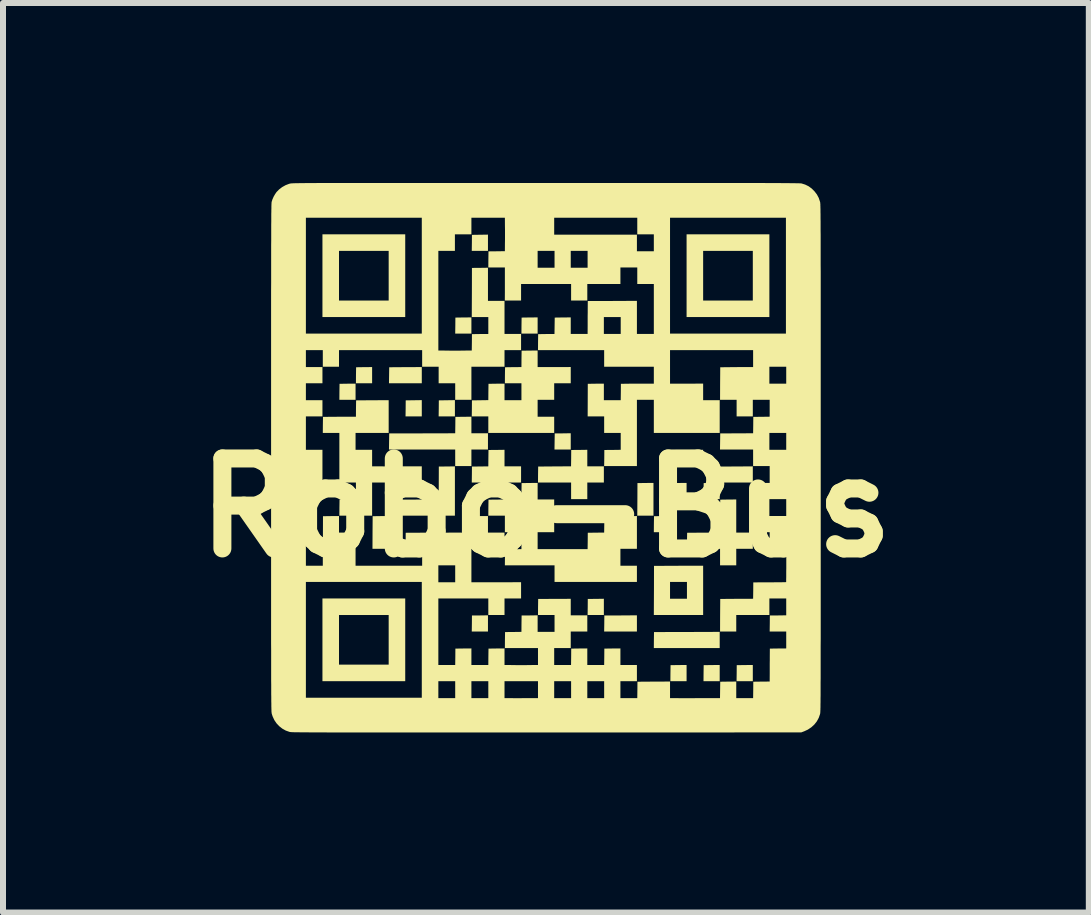
<source format=kicad_pcb>
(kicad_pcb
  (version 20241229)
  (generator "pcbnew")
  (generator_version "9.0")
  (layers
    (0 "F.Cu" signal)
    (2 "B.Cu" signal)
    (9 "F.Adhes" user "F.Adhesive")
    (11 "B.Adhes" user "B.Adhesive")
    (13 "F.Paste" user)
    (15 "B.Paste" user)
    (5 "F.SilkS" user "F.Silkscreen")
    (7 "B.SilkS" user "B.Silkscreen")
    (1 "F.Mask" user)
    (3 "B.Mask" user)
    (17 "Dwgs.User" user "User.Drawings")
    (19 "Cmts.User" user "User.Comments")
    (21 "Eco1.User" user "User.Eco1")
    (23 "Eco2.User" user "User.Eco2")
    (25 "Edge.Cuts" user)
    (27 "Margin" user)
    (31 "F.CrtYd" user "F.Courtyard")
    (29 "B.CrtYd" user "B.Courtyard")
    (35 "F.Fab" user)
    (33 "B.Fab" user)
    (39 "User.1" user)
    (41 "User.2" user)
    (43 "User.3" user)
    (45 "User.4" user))
  (footprint "Robo-Bus"
    (layer "F.Cu")
    (at 6.05 5.414)
    (property "Reference" "Robo-Bus" (at 0 0 0) (layer "F.SilkS") (effects (font (size 1.5 1.5) (thickness 0.3))))
    (attr board_only exclude_from_pos_files exclude_from_bom)
    (fp_poly (pts (xy -3.173 -1.934) (xy -3.173 -1.799) (xy -3.308 -1.799) (xy -3.443 -1.799) (xy -3.442 -1.933) (xy -3.44 -2.066) (xy -3.306 -2.068) (xy -3.173 -2.069)) (stroke (width 0) (type solid)) (fill yes) (layer "F.SilkS"))
    (fp_poly (pts (xy -2.897 -2.21) (xy -2.897 -2.075) (xy -3.032 -2.075) (xy -3.167 -2.075) (xy -3.166 -2.209) (xy -3.164 -2.342) (xy -3.031 -2.344) (xy -2.897 -2.345)) (stroke (width 0) (type solid)) (fill yes) (layer "F.SilkS"))
    (fp_poly (pts (xy -2.621 0.411) (xy -2.621 0.684) (xy -2.756 0.684) (xy -2.891 0.684) (xy -2.89 0.412) (xy -2.888 0.141) (xy -2.755 0.139) (xy -2.621 0.138)) (stroke (width 0) (type solid)) (fill yes) (layer "F.SilkS"))
    (fp_poly (pts (xy -2.069 -2.21) (xy -2.069 -2.075) (xy -2.342 -2.075) (xy -2.616 -2.075) (xy -2.614 -2.209) (xy -2.612 -2.342) (xy -2.341 -2.344) (xy -2.069 -2.345)) (stroke (width 0) (type solid)) (fill yes) (layer "F.SilkS"))
    (fp_poly (pts (xy -2.069 -1.658) (xy -2.069 -1.523) (xy -2.204 -1.523) (xy -2.34 -1.523) (xy -2.338 -1.657) (xy -2.337 -1.79) (xy -2.203 -1.792) (xy -2.069 -1.794)) (stroke (width 0) (type solid)) (fill yes) (layer "F.SilkS"))
    (fp_poly (pts (xy -1.517 -1.658) (xy -1.517 -1.523) (xy -1.653 -1.523) (xy -1.788 -1.523) (xy -1.786 -1.657) (xy -1.785 -1.79) (xy -1.651 -1.792) (xy -1.517 -1.794)) (stroke (width 0) (type solid)) (fill yes) (layer "F.SilkS"))
    (fp_poly (pts (xy -1.242 -3.038) (xy -1.242 -2.903) (xy -1.377 -2.903) (xy -1.512 -2.903) (xy -1.51 -3.036) (xy -1.509 -3.17) (xy -1.375 -3.172) (xy -1.242 -3.173)) (stroke (width 0) (type solid)) (fill yes) (layer "F.SilkS"))
    (fp_poly (pts (xy -0.966 -4.417) (xy -0.966 -4.282) (xy -1.101 -4.282) (xy -1.236 -4.282) (xy -1.234 -4.416) (xy -1.233 -4.549) (xy -1.099 -4.551) (xy -0.966 -4.553)) (stroke (width 0) (type solid)) (fill yes) (layer "F.SilkS"))
    (fp_poly (pts (xy -0.966 1.928) (xy -0.966 2.063) (xy -1.101 2.063) (xy -1.236 2.063) (xy -1.234 1.93) (xy -1.233 1.796) (xy -1.099 1.795) (xy -0.966 1.793)) (stroke (width 0) (type solid)) (fill yes) (layer "F.SilkS"))
    (fp_poly (pts (xy -0.138 -3.038) (xy -0.138 -2.903) (xy -0.273 -2.903) (xy -0.408 -2.903) (xy -0.407 -3.036) (xy -0.405 -3.17) (xy -0.272 -3.172) (xy -0.138 -3.173)) (stroke (width 0) (type solid)) (fill yes) (layer "F.SilkS"))
    (fp_poly (pts (xy 0.414 -1.107) (xy 0.414 -0.971) (xy 0.279 -0.971) (xy 0.143 -0.971) (xy 0.145 -1.105) (xy 0.147 -1.239) (xy 0.28 -1.24) (xy 0.414 -1.242)) (stroke (width 0) (type solid)) (fill yes) (layer "F.SilkS"))
    (fp_poly (pts (xy 0.966 1.652) (xy 0.966 1.788) (xy 0.83 1.788) (xy 0.695 1.788) (xy 0.697 1.654) (xy 0.698 1.52) (xy 0.832 1.519) (xy 0.966 1.517)) (stroke (width 0) (type solid)) (fill yes) (layer "F.SilkS"))
    (fp_poly (pts (xy 1.517 1.928) (xy 1.517 2.063) (xy 1.244 2.063) (xy 0.971 2.063) (xy 0.973 1.93) (xy 0.974 1.796) (xy 1.246 1.795) (xy 1.517 1.793)) (stroke (width 0) (type solid)) (fill yes) (layer "F.SilkS"))
    (fp_poly (pts (xy 1.793 -0.141) (xy 1.793 0.132) (xy 1.658 0.132) (xy 1.523 0.132) (xy 1.525 -0.139) (xy 1.526 -0.411) (xy 1.66 -0.413) (xy 1.793 -0.414)) (stroke (width 0) (type solid)) (fill yes) (layer "F.SilkS"))
    (fp_poly (pts (xy 2.069 0.273) (xy 2.069 0.408) (xy 1.934 0.408) (xy 1.799 0.408) (xy 1.8 0.274) (xy 1.802 0.141) (xy 1.936 0.139) (xy 2.069 0.138)) (stroke (width 0) (type solid)) (fill yes) (layer "F.SilkS"))
    (fp_poly (pts (xy 2.345 -0.279) (xy 2.345 -0.144) (xy 2.21 -0.144) (xy 2.075 -0.144) (xy 2.076 -0.277) (xy 2.078 -0.411) (xy 2.212 -0.413) (xy 2.345 -0.414)) (stroke (width 0) (type solid)) (fill yes) (layer "F.SilkS"))
    (fp_poly (pts (xy 2.345 2.756) (xy 2.345 2.891) (xy 2.21 2.891) (xy 2.075 2.891) (xy 2.076 2.758) (xy 2.078 2.624) (xy 2.212 2.622) (xy 2.345 2.621)) (stroke (width 0) (type solid)) (fill yes) (layer "F.SilkS"))
    (fp_poly (pts (xy 2.621 -0.831) (xy 2.621 -0.695) (xy 2.348 -0.695) (xy 2.075 -0.695) (xy 2.076 -0.829) (xy 2.078 -0.963) (xy 2.349 -0.964) (xy 2.621 -0.966)) (stroke (width 0) (type solid)) (fill yes) (layer "F.SilkS"))
    (fp_poly (pts (xy 2.897 -0.279) (xy 2.897 -0.144) (xy 2.762 -0.144) (xy 2.627 -0.144) (xy 2.628 -0.277) (xy 2.63 -0.411) (xy 2.763 -0.413) (xy 2.897 -0.414)) (stroke (width 0) (type solid)) (fill yes) (layer "F.SilkS"))
    (fp_poly (pts (xy 2.897 2.204) (xy 2.897 2.339) (xy 2.348 2.339) (xy 1.799 2.339) (xy 1.8 2.206) (xy 1.802 2.072) (xy 2.349 2.071) (xy 2.897 2.069)) (stroke (width 0) (type solid)) (fill yes) (layer "F.SilkS"))
    (fp_poly (pts (xy 2.897 2.756) (xy 2.897 2.891) (xy 2.762 2.891) (xy 2.627 2.891) (xy 2.628 2.758) (xy 2.63 2.624) (xy 2.763 2.622) (xy 2.897 2.621)) (stroke (width 0) (type solid)) (fill yes) (layer "F.SilkS"))
    (fp_poly (pts (xy 3.449 -0.555) (xy 3.449 -0.42) (xy 3.176 -0.42) (xy 2.902 -0.42) (xy 2.904 -0.553) (xy 2.906 -0.687) (xy 3.177 -0.688) (xy 3.449 -0.69)) (stroke (width 0) (type solid)) (fill yes) (layer "F.SilkS"))
    (fp_poly (pts (xy 3.449 2.756) (xy 3.449 2.891) (xy 3.314 2.891) (xy 3.178 2.891) (xy 3.18 2.758) (xy 3.181 2.624) (xy 3.315 2.622) (xy 3.449 2.621)) (stroke (width 0) (type solid)) (fill yes) (layer "F.SilkS"))
    (fp_poly (pts (xy -0.69 -0.828) (xy -0.69 -0.69) (xy -0.552 -0.69) (xy -0.414 -0.69) (xy -0.414 -0.555) (xy -0.414 -0.42) (xy -0.825 -0.42) (xy -1.236 -0.42) (xy -1.234 -0.553) (xy -1.233 -0.687) (xy -1.097 -0.688) (xy -0.96 -0.69) (xy -0.959 -0.826) (xy -0.957 -0.963) (xy -0.823 -0.964) (xy -0.69 -0.966)) (stroke (width 0) (type solid)) (fill yes) (layer "F.SilkS"))
    (fp_poly (pts (xy -2.345 -3.868) (xy -2.345 -3.179) (xy -3.035 -3.179) (xy -3.725 -3.179) (xy -3.725 -3.868) (xy -3.449 -3.868) (xy -3.449 -3.454) (xy -3.035 -3.454) (xy -2.621 -3.454) (xy -2.621 -3.868) (xy -2.621 -4.282) (xy -3.035 -4.282) (xy -3.449 -4.282) (xy -3.449 -3.868) (xy -3.725 -3.868) (xy -3.725 -4.558) (xy -3.035 -4.558) (xy -2.345 -4.558)) (stroke (width 0) (type solid)) (fill yes) (layer "F.SilkS"))
    (fp_poly (pts (xy -2.345 2.201) (xy -2.345 2.891) (xy -3.035 2.891) (xy -3.725 2.891) (xy -3.725 2.201) (xy -3.449 2.201) (xy -3.449 2.615) (xy -3.035 2.615) (xy -2.621 2.615) (xy -2.621 2.201) (xy -2.621 1.788) (xy -3.035 1.788) (xy -3.449 1.788) (xy -3.449 2.201) (xy -3.725 2.201) (xy -3.725 1.512) (xy -3.035 1.512) (xy -2.345 1.512)) (stroke (width 0) (type solid)) (fill yes) (layer "F.SilkS"))
    (fp_poly (pts (xy 3.725 -3.868) (xy 3.725 -3.179) (xy 3.035 -3.179) (xy 2.345 -3.179) (xy 2.345 -3.868) (xy 2.621 -3.868) (xy 2.621 -3.454) (xy 3.035 -3.454) (xy 3.449 -3.454) (xy 3.449 -3.868) (xy 3.449 -4.282) (xy 3.035 -4.282) (xy 2.621 -4.282) (xy 2.621 -3.868) (xy 2.345 -3.868) (xy 2.345 -4.558) (xy 3.035 -4.558) (xy 3.725 -4.558)) (stroke (width 0) (type solid)) (fill yes) (layer "F.SilkS"))
    (fp_poly (pts (xy 2.621 1.377) (xy 2.621 1.788) (xy 2.21 1.788) (xy 1.799 1.788) (xy 1.801 1.378) (xy 1.801 1.377) (xy 2.069 1.377) (xy 2.069 1.517) (xy 2.21 1.517) (xy 2.351 1.517) (xy 2.351 1.377) (xy 2.351 1.236) (xy 2.21 1.236) (xy 2.069 1.236) (xy 2.069 1.377) (xy 1.801 1.377) (xy 1.802 0.969) (xy 2.212 0.967) (xy 2.621 0.966)) (stroke (width 0) (type solid)) (fill yes) (layer "F.SilkS"))
    (fp_poly (pts (xy -1.517 -0.279) (xy -1.517 0.132) (xy -2.066 0.132) (xy -2.616 0.132) (xy -2.614 -0.001) (xy -2.612 -0.135) (xy -2.202 -0.136) (xy -2.134 -0.137) (xy -2.07 -0.137) (xy -2.01 -0.137) (xy -1.956 -0.138) (xy -1.907 -0.138) (xy -1.866 -0.138) (xy -1.833 -0.139) (xy -1.808 -0.139) (xy -1.794 -0.14) (xy -1.79 -0.14) (xy -1.789 -0.146) (xy -1.789 -0.162) (xy -1.788 -0.188) (xy -1.788 -0.221) (xy -1.787 -0.262) (xy -1.787 -0.309) (xy -1.786 -0.36) (xy -1.786 -0.414) (xy -1.785 -0.687) (xy -1.651 -0.688) (xy -1.517 -0.69)) (stroke (width 0) (type solid)) (fill yes) (layer "F.SilkS"))
    (fp_poly (pts (xy 0.69 -0.828) (xy 0.69 -0.69) (xy 0.828 -0.69) (xy 0.966 -0.69) (xy 0.966 -0.555) (xy 0.966 -0.42) (xy 0.828 -0.42) (xy 0.69 -0.42) (xy 0.69 -0.282) (xy 0.69 -0.144) (xy 0.555 -0.144) (xy 0.42 -0.144) (xy 0.42 -0.282) (xy 0.42 -0.42) (xy 0.144 -0.42) (xy -0.132 -0.42) (xy -0.131 -0.553) (xy -0.129 -0.687) (xy 0.009 -0.688) (xy 0.059 -0.688) (xy 0.116 -0.689) (xy 0.175 -0.689) (xy 0.232 -0.689) (xy 0.282 -0.69) (xy 0.283 -0.69) (xy 0.419 -0.69) (xy 0.421 -0.826) (xy 0.422 -0.963) (xy 0.556 -0.964) (xy 0.69 -0.966)) (stroke (width 0) (type solid)) (fill yes) (layer "F.SilkS"))
    (fp_poly (pts (xy -1.242 -1.38) (xy -1.242 -1.242) (xy -1.104 -1.242) (xy -0.966 -1.242) (xy -0.966 -1.106) (xy -0.966 -0.971) (xy -1.104 -0.971) (xy -1.242 -0.971) (xy -1.242 -0.833) (xy -1.242 -0.695) (xy -1.377 -0.695) (xy -1.512 -0.695) (xy -1.512 -0.833) (xy -1.512 -0.971) (xy -2.064 -0.971) (xy -2.616 -0.971) (xy -2.614 -1.105) (xy -2.612 -1.239) (xy -2.199 -1.24) (xy -2.126 -1.24) (xy -2.054 -1.24) (xy -1.983 -1.241) (xy -1.915 -1.241) (xy -1.85 -1.241) (xy -1.792 -1.241) (xy -1.74 -1.241) (xy -1.696 -1.241) (xy -1.661 -1.241) (xy -1.648 -1.241) (xy -1.512 -1.242) (xy -1.51 -1.378) (xy -1.509 -1.515) (xy -1.375 -1.516) (xy -1.242 -1.518)) (stroke (width 0) (type solid)) (fill yes) (layer "F.SilkS"))
    (fp_poly (pts (xy 3.173 0.138) (xy 3.173 0.414) (xy 3.311 0.414) (xy 3.449 0.414) (xy 3.449 0.549) (xy 3.449 0.684) (xy 3.311 0.684) (xy 3.173 0.684) (xy 3.173 0.822) (xy 3.173 0.96) (xy 3.038 0.96) (xy 2.903 0.96) (xy 2.903 0.822) (xy 2.903 0.684) (xy 2.627 0.684) (xy 2.351 0.684) (xy 2.352 0.55) (xy 2.354 0.417) (xy 2.626 0.415) (xy 2.681 0.415) (xy 2.732 0.415) (xy 2.779 0.414) (xy 2.819 0.414) (xy 2.853 0.413) (xy 2.879 0.413) (xy 2.895 0.412) (xy 2.901 0.412) (xy 2.901 0.406) (xy 2.902 0.39) (xy 2.902 0.364) (xy 2.903 0.33) (xy 2.903 0.29) (xy 2.903 0.243) (xy 2.904 0.192) (xy 2.904 0.137) (xy 2.906 -0.135) (xy 3.039 -0.137) (xy 3.173 -0.138)) (stroke (width 0) (type solid)) (fill yes) (layer "F.SilkS"))
    (fp_poly (pts (xy -0.138 -2.483) (xy -0.138 -2.345) (xy 0.001 -2.345) (xy 0.052 -2.345) (xy 0.109 -2.345) (xy 0.168 -2.345) (xy 0.225 -2.345) (xy 0.275 -2.345) (xy 0.277 -2.345) (xy 0.414 -2.346) (xy 0.414 -2.21) (xy 0.414 -2.075) (xy 0.276 -2.075) (xy 0.138 -2.075) (xy 0.138 -1.937) (xy 0.138 -1.799) (xy -0.000001 -1.799) (xy -0.138 -1.799) (xy -0.138 -1.658) (xy -0.138 -1.517) (xy -0.000001 -1.517) (xy 0.138 -1.517) (xy 0.138 -1.382) (xy 0.138 -1.247) (xy -0.411 -1.247) (xy -0.96 -1.247) (xy -0.96 -1.385) (xy -0.96 -1.523) (xy -1.098 -1.523) (xy -1.236 -1.523) (xy -1.234 -1.657) (xy -1.233 -1.79) (xy -1.097 -1.792) (xy -0.96 -1.794) (xy -0.959 -1.93) (xy -0.957 -2.066) (xy -0.823 -2.068) (xy -0.69 -2.069) (xy -0.69 -1.931) (xy -0.69 -1.793) (xy -0.549 -1.793) (xy -0.408 -1.793) (xy -0.408 -1.934) (xy -0.408 -2.075) (xy -0.546 -2.075) (xy -0.684 -2.075) (xy -0.683 -2.209) (xy -0.681 -2.342) (xy -0.545 -2.344) (xy -0.408 -2.345) (xy -0.407 -2.482) (xy -0.405 -2.618) (xy -0.272 -2.62) (xy -0.138 -2.621)) (stroke (width 0) (type solid)) (fill yes) (layer "F.SilkS"))
    (fp_poly (pts (xy -2.621 -1.52) (xy -2.621 -1.247) (xy -2.897 -1.247) (xy -3.173 -1.247) (xy -3.173 -1.106) (xy -3.173 -0.966) (xy -3.035 -0.966) (xy -2.897 -0.966) (xy -2.897 -0.828) (xy -2.897 -0.69) (xy -2.758 -0.69) (xy -2.722 -0.69) (xy -2.676 -0.689) (xy -2.624 -0.689) (xy -2.565 -0.689) (xy -2.504 -0.69) (xy -2.441 -0.69) (xy -2.378 -0.69) (xy -2.344 -0.69) (xy -2.069 -0.69) (xy -2.069 -0.555) (xy -2.069 -0.42) (xy -2.483 -0.42) (xy -2.897 -0.42) (xy -2.897 -0.144) (xy -2.897 0.132) (xy -3.17 0.132) (xy -3.443 0.132) (xy -3.442 -0.001) (xy -3.44 -0.135) (xy -3.304 -0.137) (xy -3.167 -0.138) (xy -3.167 -0.279) (xy -3.167 -0.42) (xy -3.305 -0.42) (xy -3.443 -0.42) (xy -3.443 -0.694) (xy -3.443 -0.755) (xy -3.443 -0.819) (xy -3.443 -0.881) (xy -3.443 -0.942) (xy -3.443 -0.998) (xy -3.443 -1.048) (xy -3.443 -1.089) (xy -3.443 -1.108) (xy -3.443 -1.247) (xy -3.581 -1.247) (xy -3.719 -1.247) (xy -3.718 -1.381) (xy -3.716 -1.515) (xy -3.578 -1.516) (xy -3.528 -1.516) (xy -3.471 -1.517) (xy -3.412 -1.517) (xy -3.355 -1.517) (xy -3.305 -1.517) (xy -3.304 -1.517) (xy -3.167 -1.517) (xy -3.166 -1.654) (xy -3.164 -1.79) (xy -2.893 -1.792) (xy -2.621 -1.793)) (stroke (width 0) (type solid)) (fill yes) (layer "F.SilkS"))
    (fp_poly (pts (xy -0.138 -0.276) (xy -0.138 -0.138) (xy -0.000001 -0.138) (xy 0.138 -0.138) (xy 0.138 0.135) (xy 0.138 0.408) (xy -0.000001 0.408) (xy -0.138 0.408) (xy -0.138 0.549) (xy -0.138 0.69) (xy -0.000001 0.69) (xy 0.049 0.69) (xy 0.106 0.69) (xy 0.165 0.69) (xy 0.223 0.69) (xy 0.274 0.69) (xy 0.282 0.69) (xy 0.332 0.69) (xy 0.389 0.69) (xy 0.447 0.69) (xy 0.503 0.69) (xy 0.553 0.69) (xy 0.56 0.69) (xy 0.695 0.69) (xy 0.697 0.553) (xy 0.698 0.417) (xy 0.835 0.415) (xy 0.971 0.414) (xy 0.973 0.277) (xy 0.974 0.141) (xy 1.246 0.139) (xy 1.517 0.138) (xy 1.517 0.411) (xy 1.517 0.684) (xy 1.379 0.684) (xy 1.242 0.684) (xy 1.242 0.825) (xy 1.242 0.966) (xy 1.379 0.966) (xy 1.517 0.966) (xy 1.517 1.101) (xy 1.517 1.236) (xy 0.831 1.236) (xy 0.144 1.236) (xy 0.144 1.098) (xy 0.144 0.96) (xy -0.27 0.96) (xy -0.684 0.96) (xy -0.683 0.826) (xy -0.681 0.693) (xy -0.545 0.691) (xy -0.408 0.69) (xy -0.408 0.549) (xy -0.408 0.408) (xy -0.546 0.408) (xy -0.684 0.408) (xy -0.684 0.27) (xy -0.684 0.132) (xy -0.822 0.132) (xy -0.96 0.132) (xy -0.959 -0.001) (xy -0.957 -0.135) (xy -0.819 -0.136) (xy -0.769 -0.137) (xy -0.712 -0.137) (xy -0.653 -0.137) (xy -0.596 -0.138) (xy -0.546 -0.138) (xy -0.545 -0.138) (xy -0.408 -0.138) (xy -0.407 -0.274) (xy -0.405 -0.411) (xy -0.272 -0.413) (xy -0.138 -0.414)) (stroke (width 0) (type solid)) (fill yes) (layer "F.SilkS"))
    (fp_poly (pts (xy -0.593 -5.414) (xy -0.343 -5.414) (xy -0.082 -5.414) (xy -0.001 -5.414) (xy 0.267 -5.414) (xy 0.523 -5.414) (xy 0.768 -5.414) (xy 1.002 -5.414) (xy 1.226 -5.414) (xy 1.44 -5.414) (xy 1.643 -5.414) (xy 1.837 -5.414) (xy 2.021 -5.414) (xy 2.195 -5.414) (xy 2.361 -5.414) (xy 2.518 -5.414) (xy 2.665 -5.414) (xy 2.805 -5.414) (xy 2.936 -5.414) (xy 3.06 -5.414) (xy 3.176 -5.413) (xy 3.284 -5.413) (xy 3.385 -5.413) (xy 3.479 -5.413) (xy 3.567 -5.413) (xy 3.647 -5.413) (xy 3.722 -5.412) (xy 3.79 -5.412) (xy 3.853 -5.412) (xy 3.91 -5.412) (xy 3.962 -5.411) (xy 4.009 -5.411) (xy 4.051 -5.411) (xy 4.088 -5.41) (xy 4.121 -5.41) (xy 4.15 -5.41) (xy 4.175 -5.409) (xy 4.196 -5.409) (xy 4.214 -5.409) (xy 4.229 -5.408) (xy 4.24 -5.408) (xy 4.249 -5.407) (xy 4.256 -5.407) (xy 4.26 -5.406) (xy 4.261 -5.406) (xy 4.322 -5.387) (xy 4.379 -5.359) (xy 4.431 -5.321) (xy 4.477 -5.275) (xy 4.517 -5.223) (xy 4.548 -5.165) (xy 4.569 -5.102) (xy 4.57 -5.101) (xy 4.57 -5.098) (xy 4.571 -5.095) (xy 4.572 -5.092) (xy 4.572 -5.088) (xy 4.573 -5.083) (xy 4.573 -5.076) (xy 4.574 -5.069) (xy 4.575 -5.059) (xy 4.575 -5.048) (xy 4.575 -5.035) (xy 4.576 -5.019) (xy 4.576 -5.001) (xy 4.577 -4.979) (xy 4.577 -4.955) (xy 4.577 -4.927) (xy 4.578 -4.895) (xy 4.578 -4.86) (xy 4.578 -4.82) (xy 4.579 -4.776) (xy 4.579 -4.728) (xy 4.579 -4.674) (xy 4.579 -4.616) (xy 4.58 -4.552) (xy 4.58 -4.482) (xy 4.58 -4.407) (xy 4.58 -4.325) (xy 4.58 -4.237) (xy 4.58 -4.143) (xy 4.58 -4.042) (xy 4.581 -3.933) (xy 4.581 -3.817) (xy 4.581 -3.694) (xy 4.581 -3.562) (xy 4.581 -3.423) (xy 4.581 -3.275) (xy 4.581 -3.119) (xy 4.581 -2.954) (xy 4.581 -2.78) (xy 4.581 -2.596) (xy 4.581 -2.403) (xy 4.581 -2.2) (xy 4.581 -1.987) (xy 4.581 -1.764) (xy 4.581 -1.53) (xy 4.581 -1.285) (xy 4.581 -1.029) (xy 4.581 -0.831) (xy 4.581 -0.566) (xy 4.581 -0.313) (xy 4.581 -0.071) (xy 4.581 0.16) (xy 4.581 0.381) (xy 4.581 0.591) (xy 4.581 0.792) (xy 4.581 0.983) (xy 4.581 1.164) (xy 4.581 1.336) (xy 4.581 1.499) (xy 4.581 1.653) (xy 4.581 1.799) (xy 4.581 1.936) (xy 4.581 2.065) (xy 4.581 2.187) (xy 4.58 2.301) (xy 4.58 2.407) (xy 4.58 2.507) (xy 4.58 2.6) (xy 4.58 2.686) (xy 4.58 2.766) (xy 4.58 2.84) (xy 4.579 2.908) (xy 4.579 2.971) (xy 4.579 3.028) (xy 4.579 3.08) (xy 4.579 3.128) (xy 4.578 3.171) (xy 4.578 3.209) (xy 4.578 3.243) (xy 4.577 3.274) (xy 4.577 3.301) (xy 4.577 3.325) (xy 4.576 3.345) (xy 4.576 3.363) (xy 4.575 3.378) (xy 4.575 3.391) (xy 4.574 3.401) (xy 4.574 3.41) (xy 4.573 3.417) (xy 4.573 3.423) (xy 4.572 3.428) (xy 4.571 3.432) (xy 4.571 3.435) (xy 4.57 3.438) (xy 4.57 3.439) (xy 4.548 3.502) (xy 4.516 3.561) (xy 4.475 3.613) (xy 4.425 3.659) (xy 4.367 3.698) (xy 4.302 3.728) (xy 4.298 3.729) (xy 4.256 3.745) (xy 0.011 3.746) (xy -0.253 3.746) (xy -0.507 3.746) (xy -0.75 3.746) (xy -0.982 3.746) (xy -1.203 3.746) (xy -1.414 3.746) (xy -1.615 3.746) (xy -1.807 3.746) (xy -1.989 3.746) (xy -2.161 3.746) (xy -2.325 3.746) (xy -2.479 3.746) (xy -2.626 3.746) (xy -2.763 3.746) (xy -2.893 3.746) (xy -3.015 3.746) (xy -3.13 3.746) (xy -3.237 3.746) (xy -3.337 3.746) (xy -3.431 3.746) (xy -3.517 3.746) (xy -3.598 3.746) (xy -3.672 3.745) (xy -3.741 3.745) (xy -3.804 3.745) (xy -3.862 3.745) (xy -3.914 3.745) (xy -3.962 3.744) (xy -4.005 3.744) (xy -4.044 3.744) (xy -4.079 3.744) (xy -4.109 3.743) (xy -4.137 3.743) (xy -4.161 3.743) (xy -4.181 3.742) (xy -4.199 3.742) (xy -4.214 3.741) (xy -4.227 3.741) (xy -4.238 3.74) (xy -4.247 3.74) (xy -4.254 3.739) (xy -4.26 3.739) (xy -4.265 3.738) (xy -4.269 3.737) (xy -4.272 3.737) (xy -4.275 3.736) (xy -4.275 3.736) (xy -4.337 3.714) (xy -4.394 3.682) (xy -4.446 3.641) (xy -4.491 3.593) (xy -4.528 3.538) (xy -4.556 3.477) (xy -4.57 3.434) (xy -4.57 3.431) (xy -4.571 3.428) (xy -4.572 3.425) (xy -4.572 3.421) (xy -4.573 3.416) (xy -4.573 3.409) (xy -4.574 3.402) (xy -4.575 3.392) (xy -4.575 3.381) (xy -4.575 3.368) (xy -4.576 3.352) (xy -4.576 3.334) (xy -4.577 3.312) (xy -4.577 3.288) (xy -4.577 3.26) (xy -4.578 3.228) (xy -4.578 3.193) (xy -4.578 3.153) (xy -4.579 3.109) (xy -4.579 3.061) (xy -4.579 3.007) (xy -4.579 2.949) (xy -4.58 2.885) (xy -4.58 2.815) (xy -4.58 2.74) (xy -4.58 2.658) (xy -4.58 2.57) (xy -4.58 2.476) (xy -4.58 2.375) (xy -4.581 2.266) (xy -4.581 2.201) (xy -4.001 2.201) (xy -4.001 3.167) (xy -3.035 3.167) (xy -2.069 3.167) (xy -2.069 3.032) (xy -1.793 3.032) (xy -1.793 3.173) (xy -1.653 3.173) (xy -1.512 3.173) (xy -1.512 3.032) (xy -1.242 3.032) (xy -1.242 3.173) (xy -1.101 3.173) (xy -0.96 3.173) (xy -0.96 3.032) (xy -0.96 3.032) (xy -0.69 3.032) (xy -0.69 3.173) (xy -0.55 3.174) (xy -0.511 3.175) (xy -0.476 3.175) (xy -0.445 3.175) (xy -0.422 3.175) (xy -0.407 3.175) (xy -0.403 3.174) (xy -0.396 3.174) (xy -0.378 3.174) (xy -0.353 3.173) (xy -0.321 3.173) (xy -0.284 3.173) (xy -0.264 3.173) (xy -0.132 3.173) (xy -0.132 3.032) (xy 0.138 3.032) (xy 0.138 3.173) (xy 0.279 3.173) (xy 0.42 3.173) (xy 0.42 3.032) (xy 0.69 3.032) (xy 0.69 3.173) (xy 0.831 3.173) (xy 0.971 3.173) (xy 0.971 3.032) (xy 0.971 2.891) (xy 0.831 2.891) (xy 0.69 2.891) (xy 0.69 3.032) (xy 0.42 3.032) (xy 0.42 2.891) (xy 0.279 2.891) (xy 0.138 2.891) (xy 0.138 3.032) (xy -0.132 3.032) (xy -0.132 2.891) (xy -0.411 2.891) (xy -0.69 2.891) (xy -0.69 3.032) (xy -0.96 3.032) (xy -0.96 2.891) (xy -1.101 2.891) (xy -1.242 2.891) (xy -1.242 3.032) (xy -1.512 3.032) (xy -1.512 2.891) (xy -1.653 2.891) (xy -1.793 2.891) (xy -1.793 3.032) (xy -2.069 3.032) (xy -2.069 2.201) (xy -2.069 1.236) (xy -3.035 1.236) (xy -4.001 1.236) (xy -4.001 2.201) (xy -4.581 2.201) (xy -4.581 2.15) (xy -4.581 2.027) (xy -4.581 1.895) (xy -4.581 1.756) (xy -4.581 1.608) (xy -4.581 1.452) (xy -4.581 1.287) (xy -4.581 1.113) (xy -4.581 1.101) (xy -1.793 1.101) (xy -1.793 1.242) (xy -1.653 1.242) (xy -1.512 1.242) (xy -1.512 1.101) (xy -1.512 0.96) (xy -1.653 0.96) (xy -1.793 0.96) (xy -1.793 1.101) (xy -4.581 1.101) (xy -4.581 0.929) (xy -4.581 0.736) (xy -4.581 0.533) (xy -4.581 0.32) (xy -4.581 0.096) (xy -4.581 -0.138) (xy -4.581 -0.382) (xy -4.581 -0.638) (xy -4.581 -0.835) (xy -4.581 -1.101) (xy -4.581 -1.355) (xy -4.581 -1.599) (xy -4.581 -1.831) (xy -4.581 -2.054) (xy -4.581 -2.265) (xy -4.581 -2.467) (xy -4.581 -2.627) (xy -4.001 -2.627) (xy -4.001 -2.486) (xy -4.001 -2.345) (xy -3.863 -2.345) (xy -3.725 -2.345) (xy -3.725 -2.21) (xy -3.725 -2.075) (xy -3.863 -2.075) (xy -4.001 -2.075) (xy -4.001 -1.934) (xy -4.001 -1.793) (xy -3.863 -1.793) (xy -3.725 -1.793) (xy -3.725 -1.658) (xy -3.725 -1.523) (xy -3.863 -1.523) (xy -4.001 -1.523) (xy -4.001 -1.244) (xy -4.001 -0.966) (xy -3.863 -0.966) (xy -3.725 -0.966) (xy -3.725 -0.555) (xy -3.725 -0.144) (xy -3.863 -0.144) (xy -4.001 -0.144) (xy -4.001 0.411) (xy -4.001 0.966) (xy -3.86 0.966) (xy -3.719 0.966) (xy -3.719 0.829) (xy -3.719 0.794) (xy -3.719 0.749) (xy -3.718 0.697) (xy -3.718 0.64) (xy -3.718 0.578) (xy -3.718 0.515) (xy -3.717 0.453) (xy -3.717 0.417) (xy -3.716 0.141) (xy -3.582 0.139) (xy -3.449 0.138) (xy -3.449 0.276) (xy -3.449 0.414) (xy -3.311 0.414) (xy -3.173 0.414) (xy -3.173 0.69) (xy -3.173 0.966) (xy -3.035 0.966) (xy -3 0.966) (xy -2.955 0.966) (xy -2.903 0.966) (xy -2.845 0.966) (xy -2.784 0.966) (xy -2.72 0.966) (xy -2.657 0.966) (xy -2.615 0.966) (xy -2.554 0.966) (xy -2.49 0.966) (xy -2.428 0.966) (xy -2.368 0.966) (xy -2.312 0.966) (xy -2.262 0.966) (xy -2.221 0.966) (xy -2.199 0.966) (xy -2.063 0.966) (xy -2.063 0.825) (xy -2.063 0.684) (xy -2.202 0.684) (xy -2.34 0.684) (xy -2.338 0.55) (xy -2.337 0.417) (xy -1.923 0.415) (xy -1.85 0.415) (xy -1.778 0.415) (xy -1.707 0.415) (xy -1.639 0.415) (xy -1.574 0.414) (xy -1.516 0.414) (xy -1.464 0.414) (xy -1.42 0.414) (xy -1.385 0.414) (xy -1.372 0.414) (xy -1.236 0.414) (xy -1.234 0.277) (xy -1.233 0.141) (xy -1.099 0.139) (xy -0.966 0.138) (xy -0.966 0.276) (xy -0.966 0.414) (xy -0.828 0.414) (xy -0.69 0.414) (xy -0.69 0.549) (xy -0.69 0.684) (xy -0.966 0.684) (xy -1.242 0.684) (xy -1.242 0.963) (xy -1.242 1.242) (xy -1.102 1.242) (xy -1.066 1.242) (xy -1.021 1.242) (xy -0.968 1.242) (xy -0.91 1.242) (xy -0.848 1.242) (xy -0.785 1.242) (xy -0.723 1.242) (xy -0.688 1.242) (xy -0.414 1.241) (xy -0.414 1.377) (xy -0.414 1.512) (xy -0.552 1.512) (xy -0.69 1.512) (xy -0.69 1.65) (xy -0.69 1.788) (xy -0.825 1.788) (xy -0.96 1.788) (xy -0.96 1.65) (xy -0.96 1.512) (xy -1.377 1.512) (xy -1.793 1.512) (xy -1.793 2.066) (xy -1.793 2.621) (xy -1.653 2.621) (xy -1.512 2.621) (xy -1.51 2.485) (xy -1.509 2.348) (xy -1.375 2.346) (xy -1.242 2.345) (xy -1.242 2.483) (xy -1.242 2.621) (xy -1.101 2.621) (xy -0.96 2.621) (xy -0.959 2.485) (xy -0.957 2.348) (xy -0.823 2.346) (xy -0.69 2.345) (xy -0.69 2.483) (xy -0.69 2.621) (xy -0.55 2.622) (xy -0.5 2.623) (xy -0.442 2.623) (xy -0.382 2.623) (xy -0.325 2.623) (xy -0.274 2.622) (xy -0.272 2.622) (xy -0.132 2.621) (xy -0.132 2.48) (xy -0.132 2.339) (xy -0.408 2.339) (xy -0.684 2.339) (xy -0.683 2.206) (xy -0.681 2.072) (xy -0.545 2.071) (xy -0.408 2.069) (xy -0.407 1.933) (xy -0.405 1.796) (xy -0.272 1.795) (xy -0.138 1.793) (xy -0.138 1.931) (xy -0.138 2.069) (xy 0.003 2.069) (xy 0.144 2.069) (xy 0.144 1.928) (xy 0.144 1.788) (xy 0.006 1.788) (xy -0.132 1.788) (xy -0.131 1.654) (xy -0.129 1.52) (xy 0.142 1.519) (xy 0.414 1.518) (xy 0.414 1.655) (xy 0.414 1.793) (xy 0.552 1.793) (xy 0.69 1.793) (xy 0.69 1.928) (xy 0.69 2.063) (xy 0.552 2.063) (xy 0.414 2.063) (xy 0.414 2.201) (xy 0.414 2.339) (xy 0.276 2.339) (xy 0.138 2.339) (xy 0.138 2.48) (xy 0.138 2.621) (xy 0.279 2.621) (xy 0.419 2.621) (xy 0.421 2.485) (xy 0.422 2.348) (xy 0.556 2.346) (xy 0.69 2.345) (xy 0.69 2.483) (xy 0.69 2.621) (xy 0.83 2.621) (xy 0.971 2.621) (xy 0.973 2.485) (xy 0.974 2.348) (xy 1.108 2.346) (xy 1.242 2.345) (xy 1.242 2.483) (xy 1.242 2.621) (xy 1.379 2.621) (xy 1.517 2.621) (xy 1.517 2.756) (xy 1.517 2.891) (xy 1.379 2.891) (xy 1.242 2.891) (xy 1.242 3.032) (xy 1.242 3.173) (xy 1.382 3.173) (xy 1.523 3.173) (xy 1.525 3.036) (xy 1.526 2.9) (xy 1.798 2.898) (xy 2.069 2.897) (xy 2.069 3.035) (xy 2.069 3.173) (xy 2.209 3.174) (xy 2.258 3.175) (xy 2.315 3.175) (xy 2.375 3.175) (xy 2.433 3.175) (xy 2.485 3.174) (xy 2.492 3.174) (xy 2.542 3.174) (xy 2.598 3.174) (xy 2.656 3.173) (xy 2.712 3.173) (xy 2.761 3.173) (xy 2.769 3.173) (xy 2.902 3.173) (xy 2.904 3.036) (xy 2.906 2.9) (xy 3.039 2.898) (xy 3.173 2.897) (xy 3.173 3.035) (xy 3.173 3.173) (xy 3.314 3.173) (xy 3.454 3.173) (xy 3.456 3.036) (xy 3.457 2.9) (xy 3.594 2.898) (xy 3.73 2.897) (xy 3.731 2.76) (xy 3.731 2.711) (xy 3.731 2.654) (xy 3.731 2.595) (xy 3.732 2.538) (xy 3.732 2.487) (xy 3.732 2.486) (xy 3.733 2.348) (xy 3.87 2.346) (xy 4.006 2.345) (xy 4.006 2.204) (xy 4.006 2.063) (xy 3.868 2.063) (xy 3.73 2.063) (xy 3.732 1.93) (xy 3.733 1.796) (xy 3.87 1.795) (xy 4.006 1.793) (xy 4.006 1.652) (xy 4.006 1.512) (xy 3.865 1.512) (xy 3.725 1.512) (xy 3.725 1.65) (xy 3.725 1.788) (xy 3.449 1.788) (xy 3.173 1.788) (xy 3.173 1.926) (xy 3.173 2.063) (xy 3.038 2.063) (xy 2.903 2.063) (xy 2.904 1.792) (xy 2.906 1.52) (xy 3.044 1.519) (xy 3.094 1.519) (xy 3.151 1.518) (xy 3.21 1.518) (xy 3.267 1.518) (xy 3.317 1.518) (xy 3.318 1.518) (xy 3.454 1.517) (xy 3.456 1.381) (xy 3.457 1.244) (xy 3.73 1.243) (xy 3.785 1.243) (xy 3.836 1.242) (xy 3.882 1.242) (xy 3.923 1.242) (xy 3.957 1.241) (xy 3.982 1.241) (xy 3.998 1.24) (xy 4.004 1.24) (xy 4.005 1.234) (xy 4.005 1.217) (xy 4.005 1.191) (xy 4.006 1.156) (xy 4.006 1.114) (xy 4.006 1.064) (xy 4.007 1.01) (xy 4.007 0.95) (xy 4.007 0.887) (xy 4.007 0.823) (xy 4.006 0.684) (xy 3.868 0.684) (xy 3.73 0.684) (xy 3.73 0.546) (xy 3.73 0.408) (xy 3.593 0.408) (xy 3.455 0.408) (xy 3.456 -0.001) (xy 3.456 -0.003) (xy 3.725 -0.003) (xy 3.725 0.138) (xy 3.865 0.138) (xy 4.006 0.138) (xy 4.006 -0.003) (xy 4.006 -0.144) (xy 3.865 -0.144) (xy 3.725 -0.144) (xy 3.725 -0.003) (xy 3.456 -0.003) (xy 3.457 -0.411) (xy 3.594 -0.413) (xy 3.73 -0.414) (xy 3.73 -0.555) (xy 3.73 -0.695) (xy 3.592 -0.695) (xy 3.454 -0.695) (xy 3.454 -0.833) (xy 3.454 -0.971) (xy 3.178 -0.971) (xy 2.902 -0.971) (xy 2.904 -1.105) (xy 2.904 -1.106) (xy 3.725 -1.106) (xy 3.725 -0.966) (xy 3.865 -0.966) (xy 4.006 -0.966) (xy 4.006 -1.106) (xy 4.006 -1.247) (xy 3.865 -1.247) (xy 3.725 -1.247) (xy 3.725 -1.106) (xy 2.904 -1.106) (xy 2.906 -1.239) (xy 3.044 -1.24) (xy 3.094 -1.24) (xy 3.151 -1.241) (xy 3.21 -1.241) (xy 3.267 -1.241) (xy 3.317 -1.241) (xy 3.318 -1.241) (xy 3.454 -1.242) (xy 3.456 -1.378) (xy 3.457 -1.515) (xy 3.594 -1.516) (xy 3.73 -1.518) (xy 3.73 -1.658) (xy 3.73 -1.799) (xy 3.59 -1.799) (xy 3.449 -1.799) (xy 3.449 -1.661) (xy 3.449 -1.523) (xy 3.314 -1.523) (xy 3.179 -1.523) (xy 3.179 -1.661) (xy 3.179 -1.799) (xy 3.041 -1.799) (xy 2.903 -1.799) (xy 2.904 -2.071) (xy 2.905 -2.21) (xy 3.725 -2.21) (xy 3.725 -2.069) (xy 3.865 -2.069) (xy 4.006 -2.069) (xy 4.006 -2.21) (xy 4.006 -2.351) (xy 3.865 -2.351) (xy 3.725 -2.351) (xy 3.725 -2.21) (xy 2.905 -2.21) (xy 2.906 -2.342) (xy 3.044 -2.343) (xy 3.094 -2.344) (xy 3.151 -2.344) (xy 3.21 -2.345) (xy 3.267 -2.345) (xy 3.317 -2.345) (xy 3.318 -2.345) (xy 3.454 -2.345) (xy 3.454 -2.486) (xy 3.454 -2.627) (xy 2.762 -2.627) (xy 2.069 -2.627) (xy 2.069 -2.348) (xy 2.069 -2.069) (xy 2.209 -2.069) (xy 2.259 -2.069) (xy 2.316 -2.069) (xy 2.375 -2.069) (xy 2.432 -2.069) (xy 2.482 -2.069) (xy 2.485 -2.069) (xy 2.621 -2.07) (xy 2.621 -1.932) (xy 2.621 -1.793) (xy 2.759 -1.793) (xy 2.897 -1.793) (xy 2.897 -1.52) (xy 2.897 -1.247) (xy 2.348 -1.247) (xy 1.799 -1.247) (xy 1.799 -1.384) (xy 1.799 -1.433) (xy 1.799 -1.49) (xy 1.799 -1.549) (xy 1.799 -1.606) (xy 1.799 -1.657) (xy 1.799 -1.66) (xy 1.799 -1.799) (xy 1.658 -1.799) (xy 1.517 -1.799) (xy 1.517 -1.247) (xy 1.517 -0.695) (xy 1.244 -0.695) (xy 0.971 -0.695) (xy 0.973 -0.829) (xy 0.974 -0.963) (xy 1.111 -0.964) (xy 1.247 -0.966) (xy 1.247 -1.107) (xy 1.247 -1.247) (xy 1.109 -1.247) (xy 0.971 -1.247) (xy 0.971 -1.385) (xy 0.971 -1.523) (xy 0.833 -1.523) (xy 0.696 -1.523) (xy 0.697 -1.795) (xy 0.698 -2.066) (xy 0.832 -2.068) (xy 0.966 -2.069) (xy 0.966 -1.931) (xy 0.966 -1.793) (xy 1.106 -1.793) (xy 1.247 -1.793) (xy 1.249 -1.93) (xy 1.25 -2.066) (xy 1.388 -2.068) (xy 1.438 -2.068) (xy 1.495 -2.068) (xy 1.554 -2.069) (xy 1.611 -2.069) (xy 1.661 -2.069) (xy 1.663 -2.069) (xy 1.799 -2.069) (xy 1.799 -2.21) (xy 1.799 -2.351) (xy 1.385 -2.351) (xy 0.971 -2.351) (xy 0.971 -2.489) (xy 0.971 -2.627) (xy 0.419 -2.627) (xy -0.132 -2.627) (xy -0.131 -2.76) (xy -0.129 -2.894) (xy 0.007 -2.896) (xy 0.143 -2.897) (xy 0.145 -3.034) (xy 0.147 -3.17) (xy 0.28 -3.172) (xy 0.414 -3.173) (xy 0.414 -3.035) (xy 0.414 -2.897) (xy 0.555 -2.897) (xy 0.695 -2.897) (xy 0.696 -3.033) (xy 0.696 -3.038) (xy 0.966 -3.038) (xy 0.966 -2.897) (xy 1.106 -2.897) (xy 1.247 -2.897) (xy 1.247 -3.038) (xy 1.247 -3.179) (xy 1.106 -3.179) (xy 0.966 -3.179) (xy 0.966 -3.038) (xy 0.696 -3.038) (xy 0.696 -3.083) (xy 0.696 -3.14) (xy 0.696 -3.199) (xy 0.697 -3.256) (xy 0.697 -3.307) (xy 0.697 -3.308) (xy 0.698 -3.446) (xy 1.108 -3.447) (xy 1.517 -3.449) (xy 1.517 -3.173) (xy 1.517 -2.897) (xy 1.658 -2.897) (xy 1.799 -2.897) (xy 1.799 -3.032) (xy 1.799 -3.08) (xy 1.799 -3.136) (xy 1.799 -3.194) (xy 1.799 -3.251) (xy 1.799 -3.303) (xy 1.799 -3.311) (xy 1.799 -3.361) (xy 1.799 -3.419) (xy 1.799 -3.478) (xy 1.799 -3.535) (xy 1.799 -3.586) (xy 1.799 -3.592) (xy 1.799 -3.73) (xy 1.661 -3.73) (xy 1.523 -3.73) (xy 1.523 -3.868) (xy 2.069 -3.868) (xy 2.069 -2.903) (xy 3.035 -2.903) (xy 4.001 -2.903) (xy 4.001 -3.868) (xy 4.001 -4.834) (xy 3.035 -4.834) (xy 2.069 -4.834) (xy 2.069 -3.868) (xy 1.523 -3.868) (xy 1.523 -4.006) (xy 1.382 -4.006) (xy 1.242 -4.006) (xy 1.242 -3.868) (xy 1.242 -3.73) (xy 0.966 -3.73) (xy 0.69 -3.73) (xy 0.69 -3.592) (xy 0.69 -3.454) (xy 0.555 -3.454) (xy 0.42 -3.454) (xy 0.42 -3.592) (xy 0.42 -3.73) (xy 0.003 -3.73) (xy -0.414 -3.73) (xy -0.414 -3.592) (xy -0.414 -3.454) (xy -0.549 -3.454) (xy -0.685 -3.454) (xy -0.684 -3.591) (xy -0.684 -3.641) (xy -0.684 -3.697) (xy -0.684 -3.756) (xy -0.684 -3.813) (xy -0.684 -3.864) (xy -0.684 -3.867) (xy -0.684 -4.006) (xy -0.822 -4.006) (xy -0.96 -4.006) (xy -0.959 -4.14) (xy -0.959 -4.141) (xy -0.138 -4.141) (xy -0.138 -4.001) (xy 0.003 -4.001) (xy 0.144 -4.001) (xy 0.144 -4.141) (xy 0.414 -4.141) (xy 0.414 -4.001) (xy 0.555 -4.001) (xy 0.695 -4.001) (xy 0.695 -4.141) (xy 0.695 -4.282) (xy 0.555 -4.282) (xy 0.414 -4.282) (xy 0.414 -4.141) (xy 0.144 -4.141) (xy 0.144 -4.282) (xy 0.003 -4.282) (xy -0.138 -4.282) (xy -0.138 -4.141) (xy -0.959 -4.141) (xy -0.957 -4.274) (xy -0.821 -4.275) (xy -0.684 -4.277) (xy -0.683 -4.416) (xy -0.682 -4.466) (xy -0.682 -4.524) (xy -0.682 -4.584) (xy -0.682 -4.641) (xy -0.683 -4.692) (xy -0.683 -4.693) (xy 0.138 -4.693) (xy 0.138 -4.552) (xy 0.277 -4.552) (xy 0.304 -4.552) (xy 0.341 -4.552) (xy 0.387 -4.552) (xy 0.441 -4.552) (xy 0.503 -4.552) (xy 0.57 -4.552) (xy 0.643 -4.552) (xy 0.72 -4.552) (xy 0.8 -4.552) (xy 0.881 -4.552) (xy 0.963 -4.552) (xy 0.967 -4.552) (xy 1.517 -4.552) (xy 1.517 -4.414) (xy 1.517 -4.276) (xy 1.658 -4.276) (xy 1.799 -4.276) (xy 1.799 -4.417) (xy 1.799 -4.558) (xy 1.661 -4.558) (xy 1.523 -4.558) (xy 1.523 -4.696) (xy 1.523 -4.834) (xy 0.831 -4.834) (xy 0.138 -4.834) (xy 0.138 -4.693) (xy -0.683 -4.693) (xy -0.683 -4.695) (xy -0.684 -4.834) (xy -0.963 -4.834) (xy -1.242 -4.834) (xy -1.242 -4.696) (xy -1.242 -4.558) (xy -1.379 -4.558) (xy -1.517 -4.558) (xy -1.517 -4.42) (xy -1.517 -4.282) (xy -1.655 -4.282) (xy -1.793 -4.282) (xy -1.793 -3.452) (xy -1.793 -2.621) (xy -1.654 -2.62) (xy -1.603 -2.619) (xy -1.546 -2.619) (xy -1.486 -2.619) (xy -1.428 -2.619) (xy -1.377 -2.62) (xy -1.375 -2.62) (xy -1.236 -2.621) (xy -1.234 -2.758) (xy -1.233 -2.894) (xy -1.096 -2.896) (xy -0.96 -2.897) (xy -0.96 -3.038) (xy -0.96 -3.179) (xy -1.098 -3.179) (xy -1.236 -3.179) (xy -1.234 -3.588) (xy -1.233 -3.998) (xy -1.099 -3.999) (xy -0.966 -4.001) (xy -0.966 -3.725) (xy -0.966 -3.449) (xy -0.828 -3.449) (xy -0.69 -3.449) (xy -0.69 -3.173) (xy -0.69 -2.897) (xy -0.552 -2.897) (xy -0.414 -2.897) (xy -0.414 -2.762) (xy -0.414 -2.627) (xy -0.552 -2.627) (xy -0.69 -2.627) (xy -0.69 -2.489) (xy -0.69 -2.351) (xy -0.966 -2.351) (xy -1.242 -2.351) (xy -1.242 -2.075) (xy -1.242 -1.799) (xy -1.377 -1.799) (xy -1.512 -1.799) (xy -1.512 -1.937) (xy -1.512 -2.075) (xy -1.65 -2.075) (xy -1.788 -2.075) (xy -1.788 -2.213) (xy -1.788 -2.351) (xy -1.926 -2.351) (xy -2.063 -2.351) (xy -2.063 -2.489) (xy -2.063 -2.627) (xy -2.756 -2.627) (xy -3.449 -2.627) (xy -3.449 -2.489) (xy -3.449 -2.351) (xy -3.584 -2.351) (xy -3.719 -2.351) (xy -3.719 -2.489) (xy -3.719 -2.627) (xy -3.86 -2.627) (xy -4.001 -2.627) (xy -4.581 -2.627) (xy -4.581 -2.659) (xy -4.581 -2.842) (xy -4.581 -3.015) (xy -4.581 -3.179) (xy -4.581 -3.334) (xy -4.581 -3.481) (xy -4.581 -3.619) (xy -4.58 -3.749) (xy -4.58 -3.868) (xy -4.001 -3.868) (xy -4.001 -2.903) (xy -3.035 -2.903) (xy -2.069 -2.903) (xy -2.069 -3.868) (xy -2.069 -4.834) (xy -3.035 -4.834) (xy -4.001 -4.834) (xy -4.001 -3.868) (xy -4.58 -3.868) (xy -4.58 -3.872) (xy -4.58 -3.986) (xy -4.58 -4.094) (xy -4.58 -4.194) (xy -4.58 -4.288) (xy -4.58 -4.374) (xy -4.579 -4.455) (xy -4.579 -4.529) (xy -4.579 -4.598) (xy -4.579 -4.66) (xy -4.579 -4.718) (xy -4.578 -4.77) (xy -4.578 -4.817) (xy -4.578 -4.859) (xy -4.578 -4.897) (xy -4.577 -4.931) (xy -4.577 -4.961) (xy -4.576 -4.988) (xy -4.576 -5.01) (xy -4.576 -5.03) (xy -4.575 -5.046) (xy -4.575 -5.06) (xy -4.574 -5.071) (xy -4.574 -5.08) (xy -4.573 -5.088) (xy -4.573 -5.093) (xy -4.572 -5.097) (xy -4.572 -5.098) (xy -4.559 -5.14) (xy -4.539 -5.185) (xy -4.515 -5.227) (xy -4.491 -5.262) (xy -4.448 -5.306) (xy -4.397 -5.345) (xy -4.34 -5.377) (xy -4.28 -5.4) (xy -4.267 -5.403) (xy -4.264 -5.404) (xy -4.261 -5.405) (xy -4.257 -5.405) (xy -4.252 -5.406) (xy -4.247 -5.407) (xy -4.24 -5.407) (xy -4.232 -5.408) (xy -4.222 -5.408) (xy -4.21 -5.409) (xy -4.195 -5.409) (xy -4.179 -5.41) (xy -4.159 -5.41) (xy -4.136 -5.41) (xy -4.11 -5.411) (xy -4.081 -5.411) (xy -4.048 -5.411) (xy -4.011 -5.412) (xy -3.969 -5.412) (xy -3.923 -5.412) (xy -3.873 -5.412) (xy -3.817 -5.413) (xy -3.756 -5.413) (xy -3.69 -5.413) (xy -3.618 -5.413) (xy -3.54 -5.413) (xy -3.456 -5.414) (xy -3.365 -5.414) (xy -3.268 -5.414) (xy -3.163 -5.414) (xy -3.052 -5.414) (xy -2.932 -5.414) (xy -2.806 -5.414) (xy -2.671 -5.414) (xy -2.528 -5.414) (xy -2.376 -5.414) (xy -2.216 -5.414) (xy -2.047 -5.414) (xy -1.869 -5.414) (xy -1.681 -5.414) (xy -1.484 -5.414) (xy -1.277 -5.414) (xy -1.059 -5.414) (xy -0.831 -5.414)) (stroke (width 0) (type solid)) (fill yes) (layer "F.SilkS")))
  (gr_rect
    (start -3 -3)
    (end 15.1 12.161)
    (stroke (width 0.1) (type default))
    (fill no)
    (layer "Edge.Cuts")))
</source>
